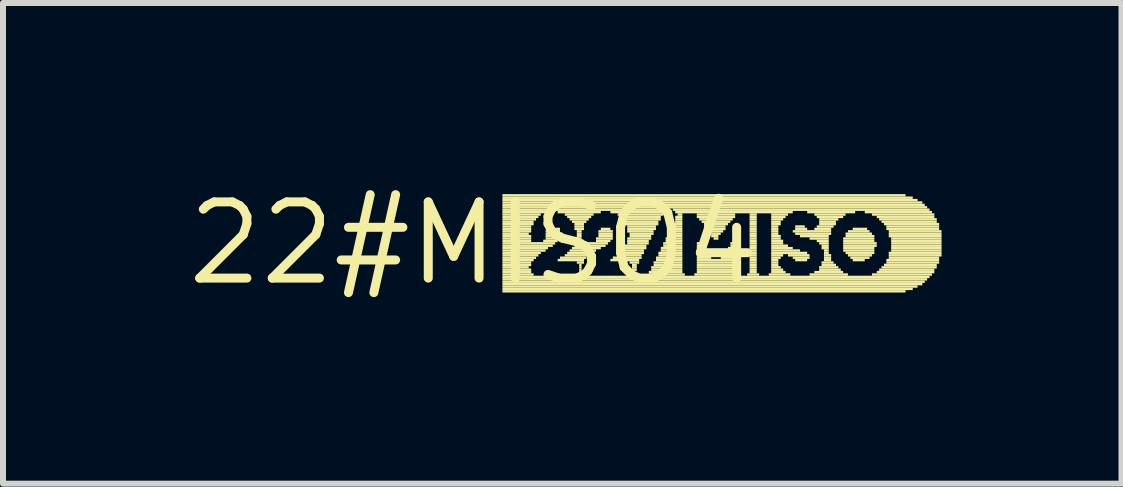
<source format=kicad_pcb>
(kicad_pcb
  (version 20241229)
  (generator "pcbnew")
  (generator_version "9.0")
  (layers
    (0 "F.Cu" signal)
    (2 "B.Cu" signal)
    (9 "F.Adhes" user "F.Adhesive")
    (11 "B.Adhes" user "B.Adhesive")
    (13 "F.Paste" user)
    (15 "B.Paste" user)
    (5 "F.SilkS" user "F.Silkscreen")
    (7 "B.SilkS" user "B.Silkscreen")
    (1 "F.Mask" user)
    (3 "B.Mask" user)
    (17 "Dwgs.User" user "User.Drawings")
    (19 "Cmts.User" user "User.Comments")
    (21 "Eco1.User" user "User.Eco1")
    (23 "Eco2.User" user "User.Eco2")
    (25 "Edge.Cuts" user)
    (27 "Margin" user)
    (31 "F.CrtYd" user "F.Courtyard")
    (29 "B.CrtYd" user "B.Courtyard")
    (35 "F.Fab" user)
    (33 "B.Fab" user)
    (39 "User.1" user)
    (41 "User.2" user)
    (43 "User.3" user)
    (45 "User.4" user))
  (footprint "22#MISO4"
    (layer "F.Cu")
    (at 4.845 1.006)
    (property "Reference" "22#MISO4" (at 0 0 0) (layer "F.SilkS") (effects (font (size 1.27 1.27) (thickness 0.15))))
    (fp_poly (pts (xy 0.48 -0.78) (xy 7.2 -0.78) (xy 7.2 -0.82) (xy 0.48 -0.82)) (stroke (width 0) (type default)) (fill yes) (layer "F.SilkS"))
    (fp_poly (pts (xy 0.48 -0.74) (xy 7.32 -0.74) (xy 7.32 -0.78) (xy 0.48 -0.78)) (stroke (width 0) (type default)) (fill yes) (layer "F.SilkS"))
    (fp_poly (pts (xy 0.48 -0.7) (xy 7.4 -0.7) (xy 7.4 -0.74) (xy 0.48 -0.74)) (stroke (width 0) (type default)) (fill yes) (layer "F.SilkS"))
    (fp_poly (pts (xy 0.48 -0.66) (xy 7.48 -0.66) (xy 7.48 -0.7) (xy 0.48 -0.7)) (stroke (width 0) (type default)) (fill yes) (layer "F.SilkS"))
    (fp_poly (pts (xy 0.48 -0.62) (xy 7.52 -0.62) (xy 7.52 -0.66) (xy 0.48 -0.66)) (stroke (width 0) (type default)) (fill yes) (layer "F.SilkS"))
    (fp_poly (pts (xy 0.48 -0.58) (xy 7.56 -0.58) (xy 7.56 -0.62) (xy 0.48 -0.62)) (stroke (width 0) (type default)) (fill yes) (layer "F.SilkS"))
    (fp_poly (pts (xy 0.48 -0.54) (xy 3.2 -0.54) (xy 3.2 -0.58) (xy 0.48 -0.58)) (stroke (width 0) (type default)) (fill yes) (layer "F.SilkS"))
    (fp_poly (pts (xy 0.48 -0.5) (xy 1.24 -0.5) (xy 1.24 -0.54) (xy 0.48 -0.54)) (stroke (width 0) (type default)) (fill yes) (layer "F.SilkS"))
    (fp_poly (pts (xy 0.48 -0.46) (xy 1.12 -0.46) (xy 1.12 -0.5) (xy 0.48 -0.5)) (stroke (width 0) (type default)) (fill yes) (layer "F.SilkS"))
    (fp_poly (pts (xy 0.48 -0.42) (xy 1.08 -0.42) (xy 1.08 -0.46) (xy 0.48 -0.46)) (stroke (width 0) (type default)) (fill yes) (layer "F.SilkS"))
    (fp_poly (pts (xy 0.48 -0.38) (xy 1.04 -0.38) (xy 1.04 -0.42) (xy 0.48 -0.42)) (stroke (width 0) (type default)) (fill yes) (layer "F.SilkS"))
    (fp_poly (pts (xy 0.48 -0.34) (xy 1 -0.34) (xy 1 -0.38) (xy 0.48 -0.38)) (stroke (width 0) (type default)) (fill yes) (layer "F.SilkS"))
    (fp_poly (pts (xy 0.48 -0.3) (xy 1 -0.3) (xy 1 -0.34) (xy 0.48 -0.34)) (stroke (width 0) (type default)) (fill yes) (layer "F.SilkS"))
    (fp_poly (pts (xy 0.48 -0.26) (xy 0.96 -0.26) (xy 0.96 -0.3) (xy 0.48 -0.3)) (stroke (width 0) (type default)) (fill yes) (layer "F.SilkS"))
    (fp_poly (pts (xy 0.48 -0.22) (xy 0.96 -0.22) (xy 0.96 -0.26) (xy 0.48 -0.26)) (stroke (width 0) (type default)) (fill yes) (layer "F.SilkS"))
    (fp_poly (pts (xy 0.48 -0.18) (xy 0.96 -0.18) (xy 0.96 -0.22) (xy 0.48 -0.22)) (stroke (width 0) (type default)) (fill yes) (layer "F.SilkS"))
    (fp_poly (pts (xy 0.48 -0.14) (xy 0.92 -0.14) (xy 0.92 -0.18) (xy 0.48 -0.18)) (stroke (width 0) (type default)) (fill yes) (layer "F.SilkS"))
    (fp_poly (pts (xy 0.48 -0.1) (xy 0.96 -0.1) (xy 0.96 -0.14) (xy 0.48 -0.14)) (stroke (width 0) (type default)) (fill yes) (layer "F.SilkS"))
    (fp_poly (pts (xy 0.48 -0.06) (xy 0.96 -0.06) (xy 0.96 -0.1) (xy 0.48 -0.1)) (stroke (width 0) (type default)) (fill yes) (layer "F.SilkS"))
    (fp_poly (pts (xy 0.48 -0.02) (xy 0.96 -0.02) (xy 0.96 -0.06) (xy 0.48 -0.06)) (stroke (width 0) (type default)) (fill yes) (layer "F.SilkS"))
    (fp_poly (pts (xy 0.48 0.02) (xy 1.36 0.02) (xy 1.36 -0.02) (xy 0.48 -0.02)) (stroke (width 0) (type default)) (fill yes) (layer "F.SilkS"))
    (fp_poly (pts (xy 0.48 0.06) (xy 1.32 0.06) (xy 1.32 0.02) (xy 0.48 0.02)) (stroke (width 0) (type default)) (fill yes) (layer "F.SilkS"))
    (fp_poly (pts (xy 0.48 0.1) (xy 1.24 0.1) (xy 1.24 0.06) (xy 0.48 0.06)) (stroke (width 0) (type default)) (fill yes) (layer "F.SilkS"))
    (fp_poly (pts (xy 0.48 0.14) (xy 1.2 0.14) (xy 1.2 0.1) (xy 0.48 0.1)) (stroke (width 0) (type default)) (fill yes) (layer "F.SilkS"))
    (fp_poly (pts (xy 0.48 0.18) (xy 1.12 0.18) (xy 1.12 0.14) (xy 0.48 0.14)) (stroke (width 0) (type default)) (fill yes) (layer "F.SilkS"))
    (fp_poly (pts (xy 0.48 0.22) (xy 1.08 0.22) (xy 1.08 0.18) (xy 0.48 0.18)) (stroke (width 0) (type default)) (fill yes) (layer "F.SilkS"))
    (fp_poly (pts (xy 0.48 0.26) (xy 1.04 0.26) (xy 1.04 0.22) (xy 0.48 0.22)) (stroke (width 0) (type default)) (fill yes) (layer "F.SilkS"))
    (fp_poly (pts (xy 0.48 0.3) (xy 1 0.3) (xy 1 0.26) (xy 0.48 0.26)) (stroke (width 0) (type default)) (fill yes) (layer "F.SilkS"))
    (fp_poly (pts (xy 0.48 0.34) (xy 0.96 0.34) (xy 0.96 0.3) (xy 0.48 0.3)) (stroke (width 0) (type default)) (fill yes) (layer "F.SilkS"))
    (fp_poly (pts (xy 0.48 0.38) (xy 0.96 0.38) (xy 0.96 0.34) (xy 0.48 0.34)) (stroke (width 0) (type default)) (fill yes) (layer "F.SilkS"))
    (fp_poly (pts (xy 0.48 0.42) (xy 0.92 0.42) (xy 0.92 0.38) (xy 0.48 0.38)) (stroke (width 0) (type default)) (fill yes) (layer "F.SilkS"))
    (fp_poly (pts (xy 0.48 0.46) (xy 0.96 0.46) (xy 0.96 0.42) (xy 0.48 0.42)) (stroke (width 0) (type default)) (fill yes) (layer "F.SilkS"))
    (fp_poly (pts (xy 0.48 0.5) (xy 0.96 0.5) (xy 0.96 0.46) (xy 0.48 0.46)) (stroke (width 0) (type default)) (fill yes) (layer "F.SilkS"))
    (fp_poly (pts (xy 0.48 0.54) (xy 1 0.54) (xy 1 0.5) (xy 0.48 0.5)) (stroke (width 0) (type default)) (fill yes) (layer "F.SilkS"))
    (fp_poly (pts (xy 0.48 0.58) (xy 2.68 0.58) (xy 2.68 0.54) (xy 0.48 0.54)) (stroke (width 0) (type default)) (fill yes) (layer "F.SilkS"))
    (fp_poly (pts (xy 0.48 0.62) (xy 2.76 0.62) (xy 2.76 0.58) (xy 0.48 0.58)) (stroke (width 0) (type default)) (fill yes) (layer "F.SilkS"))
    (fp_poly (pts (xy 0.48 0.66) (xy 7.52 0.66) (xy 7.52 0.62) (xy 0.48 0.62)) (stroke (width 0) (type default)) (fill yes) (layer "F.SilkS"))
    (fp_poly (pts (xy 0.48 0.7) (xy 7.48 0.7) (xy 7.48 0.66) (xy 0.48 0.66)) (stroke (width 0) (type default)) (fill yes) (layer "F.SilkS"))
    (fp_poly (pts (xy 0.48 0.74) (xy 7.4 0.74) (xy 7.4 0.7) (xy 0.48 0.7)) (stroke (width 0) (type default)) (fill yes) (layer "F.SilkS"))
    (fp_poly (pts (xy 0.48 0.78) (xy 7.32 0.78) (xy 7.32 0.74) (xy 0.48 0.74)) (stroke (width 0) (type default)) (fill yes) (layer "F.SilkS"))
    (fp_poly (pts (xy 0.48 0.82) (xy 7.2 0.82) (xy 7.2 0.78) (xy 0.48 0.78)) (stroke (width 0) (type default)) (fill yes) (layer "F.SilkS"))
    (fp_poly (pts (xy 1.16 -0.02) (xy 1.4 -0.02) (xy 1.4 -0.06) (xy 1.16 -0.06)) (stroke (width 0) (type default)) (fill yes) (layer "F.SilkS"))
    (fp_poly (pts (xy 1.2 -0.18) (xy 1.44 -0.18) (xy 1.44 -0.22) (xy 1.2 -0.22)) (stroke (width 0) (type default)) (fill yes) (layer "F.SilkS"))
    (fp_poly (pts (xy 1.2 -0.14) (xy 1.48 -0.14) (xy 1.48 -0.18) (xy 1.2 -0.18)) (stroke (width 0) (type default)) (fill yes) (layer "F.SilkS"))
    (fp_poly (pts (xy 1.2 -0.1) (xy 1.44 -0.1) (xy 1.44 -0.14) (xy 1.2 -0.14)) (stroke (width 0) (type default)) (fill yes) (layer "F.SilkS"))
    (fp_poly (pts (xy 1.2 -0.06) (xy 1.44 -0.06) (xy 1.44 -0.1) (xy 1.2 -0.1)) (stroke (width 0) (type default)) (fill yes) (layer "F.SilkS"))
    (fp_poly (pts (xy 1.24 -0.22) (xy 1.44 -0.22) (xy 1.44 -0.26) (xy 1.24 -0.26)) (stroke (width 0) (type default)) (fill yes) (layer "F.SilkS"))
    (fp_poly (pts (xy 1.4 -0.5) (xy 2.12 -0.5) (xy 2.12 -0.54) (xy 1.4 -0.54)) (stroke (width 0) (type default)) (fill yes) (layer "F.SilkS"))
    (fp_poly (pts (xy 1.4 0.3) (xy 1.84 0.3) (xy 1.84 0.26) (xy 1.4 0.26)) (stroke (width 0) (type default)) (fill yes) (layer "F.SilkS"))
    (fp_poly (pts (xy 1.44 0.26) (xy 1.88 0.26) (xy 1.88 0.22) (xy 1.44 0.22)) (stroke (width 0) (type default)) (fill yes) (layer "F.SilkS"))
    (fp_poly (pts (xy 1.52 -0.46) (xy 2 -0.46) (xy 2 -0.5) (xy 1.52 -0.5)) (stroke (width 0) (type default)) (fill yes) (layer "F.SilkS"))
    (fp_poly (pts (xy 1.52 0.22) (xy 1.92 0.22) (xy 1.92 0.18) (xy 1.52 0.18)) (stroke (width 0) (type default)) (fill yes) (layer "F.SilkS"))
    (fp_poly (pts (xy 1.56 -0.42) (xy 1.96 -0.42) (xy 1.96 -0.46) (xy 1.56 -0.46)) (stroke (width 0) (type default)) (fill yes) (layer "F.SilkS"))
    (fp_poly (pts (xy 1.56 0.18) (xy 2 0.18) (xy 2 0.14) (xy 1.56 0.14)) (stroke (width 0) (type default)) (fill yes) (layer "F.SilkS"))
    (fp_poly (pts (xy 1.6 -0.38) (xy 1.92 -0.38) (xy 1.92 -0.42) (xy 1.6 -0.42)) (stroke (width 0) (type default)) (fill yes) (layer "F.SilkS"))
    (fp_poly (pts (xy 1.6 0.14) (xy 2.04 0.14) (xy 2.04 0.1) (xy 1.6 0.1)) (stroke (width 0) (type default)) (fill yes) (layer "F.SilkS"))
    (fp_poly (pts (xy 1.64 -0.34) (xy 1.88 -0.34) (xy 1.88 -0.38) (xy 1.64 -0.38)) (stroke (width 0) (type default)) (fill yes) (layer "F.SilkS"))
    (fp_poly (pts (xy 1.64 0.1) (xy 2.12 0.1) (xy 2.12 0.06) (xy 1.64 0.06)) (stroke (width 0) (type default)) (fill yes) (layer "F.SilkS"))
    (fp_poly (pts (xy 1.68 -0.3) (xy 1.84 -0.3) (xy 1.84 -0.34) (xy 1.68 -0.34)) (stroke (width 0) (type default)) (fill yes) (layer "F.SilkS"))
    (fp_poly (pts (xy 1.68 -0.26) (xy 1.84 -0.26) (xy 1.84 -0.3) (xy 1.68 -0.3)) (stroke (width 0) (type default)) (fill yes) (layer "F.SilkS"))
    (fp_poly (pts (xy 1.68 -0.22) (xy 1.84 -0.22) (xy 1.84 -0.26) (xy 1.68 -0.26)) (stroke (width 0) (type default)) (fill yes) (layer "F.SilkS"))
    (fp_poly (pts (xy 1.68 -0.02) (xy 1.84 -0.02) (xy 1.84 -0.06) (xy 1.68 -0.06)) (stroke (width 0) (type default)) (fill yes) (layer "F.SilkS"))
    (fp_poly (pts (xy 1.68 0.02) (xy 2.24 0.02) (xy 2.24 -0.02) (xy 1.68 -0.02)) (stroke (width 0) (type default)) (fill yes) (layer "F.SilkS"))
    (fp_poly (pts (xy 1.68 0.06) (xy 2.2 0.06) (xy 2.2 0.02) (xy 1.68 0.02)) (stroke (width 0) (type default)) (fill yes) (layer "F.SilkS"))
    (fp_poly (pts (xy 1.72 -0.18) (xy 1.8 -0.18) (xy 1.8 -0.22) (xy 1.72 -0.22)) (stroke (width 0) (type default)) (fill yes) (layer "F.SilkS"))
    (fp_poly (pts (xy 1.72 -0.14) (xy 1.8 -0.14) (xy 1.8 -0.18) (xy 1.72 -0.18)) (stroke (width 0) (type default)) (fill yes) (layer "F.SilkS"))
    (fp_poly (pts (xy 1.72 -0.1) (xy 1.8 -0.1) (xy 1.8 -0.14) (xy 1.72 -0.14)) (stroke (width 0) (type default)) (fill yes) (layer "F.SilkS"))
    (fp_poly (pts (xy 1.72 -0.06) (xy 1.8 -0.06) (xy 1.8 -0.1) (xy 1.72 -0.1)) (stroke (width 0) (type default)) (fill yes) (layer "F.SilkS"))
    (fp_poly (pts (xy 1.72 0.34) (xy 1.84 0.34) (xy 1.84 0.3) (xy 1.72 0.3)) (stroke (width 0) (type default)) (fill yes) (layer "F.SilkS"))
    (fp_poly (pts (xy 1.72 0.54) (xy 1.88 0.54) (xy 1.88 0.5) (xy 1.72 0.5)) (stroke (width 0) (type default)) (fill yes) (layer "F.SilkS"))
    (fp_poly (pts (xy 1.76 0.38) (xy 1.8 0.38) (xy 1.8 0.34) (xy 1.76 0.34)) (stroke (width 0) (type default)) (fill yes) (layer "F.SilkS"))
    (fp_poly (pts (xy 1.76 0.42) (xy 1.8 0.42) (xy 1.8 0.38) (xy 1.76 0.38)) (stroke (width 0) (type default)) (fill yes) (layer "F.SilkS"))
    (fp_poly (pts (xy 1.76 0.46) (xy 1.8 0.46) (xy 1.8 0.42) (xy 1.76 0.42)) (stroke (width 0) (type default)) (fill yes) (layer "F.SilkS"))
    (fp_poly (pts (xy 1.76 0.5) (xy 1.84 0.5) (xy 1.84 0.46) (xy 1.76 0.46)) (stroke (width 0) (type default)) (fill yes) (layer "F.SilkS"))
    (fp_poly (pts (xy 2.04 -0.06) (xy 2.32 -0.06) (xy 2.32 -0.1) (xy 2.04 -0.1)) (stroke (width 0) (type default)) (fill yes) (layer "F.SilkS"))
    (fp_poly (pts (xy 2.04 -0.02) (xy 2.28 -0.02) (xy 2.28 -0.06) (xy 2.04 -0.06)) (stroke (width 0) (type default)) (fill yes) (layer "F.SilkS"))
    (fp_poly (pts (xy 2.08 -0.18) (xy 2.32 -0.18) (xy 2.32 -0.22) (xy 2.08 -0.22)) (stroke (width 0) (type default)) (fill yes) (layer "F.SilkS"))
    (fp_poly (pts (xy 2.08 -0.14) (xy 2.32 -0.14) (xy 2.32 -0.18) (xy 2.08 -0.18)) (stroke (width 0) (type default)) (fill yes) (layer "F.SilkS"))
    (fp_poly (pts (xy 2.08 -0.1) (xy 2.32 -0.1) (xy 2.32 -0.14) (xy 2.08 -0.14)) (stroke (width 0) (type default)) (fill yes) (layer "F.SilkS"))
    (fp_poly (pts (xy 2.12 -0.22) (xy 2.28 -0.22) (xy 2.28 -0.26) (xy 2.12 -0.26)) (stroke (width 0) (type default)) (fill yes) (layer "F.SilkS"))
    (fp_poly (pts (xy 2.28 -0.5) (xy 3.16 -0.5) (xy 3.16 -0.54) (xy 2.28 -0.54)) (stroke (width 0) (type default)) (fill yes) (layer "F.SilkS"))
    (fp_poly (pts (xy 2.28 0.3) (xy 2.76 0.3) (xy 2.76 0.26) (xy 2.28 0.26)) (stroke (width 0) (type default)) (fill yes) (layer "F.SilkS"))
    (fp_poly (pts (xy 2.32 0.26) (xy 2.8 0.26) (xy 2.8 0.22) (xy 2.32 0.22)) (stroke (width 0) (type default)) (fill yes) (layer "F.SilkS"))
    (fp_poly (pts (xy 2.4 -0.46) (xy 3.16 -0.46) (xy 3.16 -0.5) (xy 2.4 -0.5)) (stroke (width 0) (type default)) (fill yes) (layer "F.SilkS"))
    (fp_poly (pts (xy 2.4 0.22) (xy 2.8 0.22) (xy 2.8 0.18) (xy 2.4 0.18)) (stroke (width 0) (type default)) (fill yes) (layer "F.SilkS"))
    (fp_poly (pts (xy 2.44 -0.42) (xy 3.12 -0.42) (xy 3.12 -0.46) (xy 2.44 -0.46)) (stroke (width 0) (type default)) (fill yes) (layer "F.SilkS"))
    (fp_poly (pts (xy 2.44 0.18) (xy 2.84 0.18) (xy 2.84 0.14) (xy 2.44 0.14)) (stroke (width 0) (type default)) (fill yes) (layer "F.SilkS"))
    (fp_poly (pts (xy 2.48 -0.38) (xy 3.12 -0.38) (xy 3.12 -0.42) (xy 2.48 -0.42)) (stroke (width 0) (type default)) (fill yes) (layer "F.SilkS"))
    (fp_poly (pts (xy 2.48 0.14) (xy 2.84 0.14) (xy 2.84 0.1) (xy 2.48 0.1)) (stroke (width 0) (type default)) (fill yes) (layer "F.SilkS"))
    (fp_poly (pts (xy 2.52 -0.34) (xy 3.08 -0.34) (xy 3.08 -0.38) (xy 2.52 -0.38)) (stroke (width 0) (type default)) (fill yes) (layer "F.SilkS"))
    (fp_poly (pts (xy 2.52 -0.3) (xy 3.08 -0.3) (xy 3.08 -0.34) (xy 2.52 -0.34)) (stroke (width 0) (type default)) (fill yes) (layer "F.SilkS"))
    (fp_poly (pts (xy 2.52 0.06) (xy 2.88 0.06) (xy 2.88 0.02) (xy 2.52 0.02)) (stroke (width 0) (type default)) (fill yes) (layer "F.SilkS"))
    (fp_poly (pts (xy 2.52 0.1) (xy 2.88 0.1) (xy 2.88 0.06) (xy 2.52 0.06)) (stroke (width 0) (type default)) (fill yes) (layer "F.SilkS"))
    (fp_poly (pts (xy 2.56 -0.26) (xy 3.04 -0.26) (xy 3.04 -0.3) (xy 2.56 -0.3)) (stroke (width 0) (type default)) (fill yes) (layer "F.SilkS"))
    (fp_poly (pts (xy 2.56 -0.22) (xy 3.04 -0.22) (xy 3.04 -0.26) (xy 2.56 -0.26)) (stroke (width 0) (type default)) (fill yes) (layer "F.SilkS"))
    (fp_poly (pts (xy 2.56 -0.18) (xy 3 -0.18) (xy 3 -0.22) (xy 2.56 -0.22)) (stroke (width 0) (type default)) (fill yes) (layer "F.SilkS"))
    (fp_poly (pts (xy 2.56 -0.06) (xy 2.96 -0.06) (xy 2.96 -0.1) (xy 2.56 -0.1)) (stroke (width 0) (type default)) (fill yes) (layer "F.SilkS"))
    (fp_poly (pts (xy 2.56 -0.02) (xy 2.92 -0.02) (xy 2.92 -0.06) (xy 2.56 -0.06)) (stroke (width 0) (type default)) (fill yes) (layer "F.SilkS"))
    (fp_poly (pts (xy 2.56 0.02) (xy 2.92 0.02) (xy 2.92 -0.02) (xy 2.56 -0.02)) (stroke (width 0) (type default)) (fill yes) (layer "F.SilkS"))
    (fp_poly (pts (xy 2.6 -0.14) (xy 3 -0.14) (xy 3 -0.18) (xy 2.6 -0.18)) (stroke (width 0) (type default)) (fill yes) (layer "F.SilkS"))
    (fp_poly (pts (xy 2.6 -0.1) (xy 2.96 -0.1) (xy 2.96 -0.14) (xy 2.6 -0.14)) (stroke (width 0) (type default)) (fill yes) (layer "F.SilkS"))
    (fp_poly (pts (xy 2.6 0.34) (xy 2.76 0.34) (xy 2.76 0.3) (xy 2.6 0.3)) (stroke (width 0) (type default)) (fill yes) (layer "F.SilkS"))
    (fp_poly (pts (xy 2.6 0.5) (xy 2.68 0.5) (xy 2.68 0.46) (xy 2.6 0.46)) (stroke (width 0) (type default)) (fill yes) (layer "F.SilkS"))
    (fp_poly (pts (xy 2.6 0.54) (xy 2.68 0.54) (xy 2.68 0.5) (xy 2.6 0.5)) (stroke (width 0) (type default)) (fill yes) (layer "F.SilkS"))
    (fp_poly (pts (xy 2.64 0.38) (xy 2.72 0.38) (xy 2.72 0.34) (xy 2.64 0.34)) (stroke (width 0) (type default)) (fill yes) (layer "F.SilkS"))
    (fp_poly (pts (xy 2.64 0.42) (xy 2.72 0.42) (xy 2.72 0.38) (xy 2.64 0.38)) (stroke (width 0) (type default)) (fill yes) (layer "F.SilkS"))
    (fp_poly (pts (xy 2.64 0.46) (xy 2.72 0.46) (xy 2.72 0.42) (xy 2.64 0.42)) (stroke (width 0) (type default)) (fill yes) (layer "F.SilkS"))
    (fp_poly (pts (xy 2.88 0.58) (xy 7.6 0.58) (xy 7.6 0.54) (xy 2.88 0.54)) (stroke (width 0) (type default)) (fill yes) (layer "F.SilkS"))
    (fp_poly (pts (xy 2.88 0.62) (xy 7.56 0.62) (xy 7.56 0.58) (xy 2.88 0.58)) (stroke (width 0) (type default)) (fill yes) (layer "F.SilkS"))
    (fp_poly (pts (xy 2.92 0.5) (xy 3.48 0.5) (xy 3.48 0.46) (xy 2.92 0.46)) (stroke (width 0) (type default)) (fill yes) (layer "F.SilkS"))
    (fp_poly (pts (xy 2.92 0.54) (xy 3.52 0.54) (xy 3.52 0.5) (xy 2.92 0.5)) (stroke (width 0) (type default)) (fill yes) (layer "F.SilkS"))
    (fp_poly (pts (xy 2.96 0.42) (xy 3.48 0.42) (xy 3.48 0.38) (xy 2.96 0.38)) (stroke (width 0) (type default)) (fill yes) (layer "F.SilkS"))
    (fp_poly (pts (xy 2.96 0.46) (xy 3.48 0.46) (xy 3.48 0.42) (xy 2.96 0.42)) (stroke (width 0) (type default)) (fill yes) (layer "F.SilkS"))
    (fp_poly (pts (xy 3 0.34) (xy 3.48 0.34) (xy 3.48 0.3) (xy 3 0.3)) (stroke (width 0) (type default)) (fill yes) (layer "F.SilkS"))
    (fp_poly (pts (xy 3 0.38) (xy 3.48 0.38) (xy 3.48 0.34) (xy 3 0.34)) (stroke (width 0) (type default)) (fill yes) (layer "F.SilkS"))
    (fp_poly (pts (xy 3.04 0.26) (xy 3.48 0.26) (xy 3.48 0.22) (xy 3.04 0.22)) (stroke (width 0) (type default)) (fill yes) (layer "F.SilkS"))
    (fp_poly (pts (xy 3.04 0.3) (xy 3.48 0.3) (xy 3.48 0.26) (xy 3.04 0.26)) (stroke (width 0) (type default)) (fill yes) (layer "F.SilkS"))
    (fp_poly (pts (xy 3.08 0.18) (xy 3.48 0.18) (xy 3.48 0.14) (xy 3.08 0.14)) (stroke (width 0) (type default)) (fill yes) (layer "F.SilkS"))
    (fp_poly (pts (xy 3.08 0.22) (xy 3.48 0.22) (xy 3.48 0.18) (xy 3.08 0.18)) (stroke (width 0) (type default)) (fill yes) (layer "F.SilkS"))
    (fp_poly (pts (xy 3.12 0.1) (xy 3.48 0.1) (xy 3.48 0.06) (xy 3.12 0.06)) (stroke (width 0) (type default)) (fill yes) (layer "F.SilkS"))
    (fp_poly (pts (xy 3.12 0.14) (xy 3.48 0.14) (xy 3.48 0.1) (xy 3.12 0.1)) (stroke (width 0) (type default)) (fill yes) (layer "F.SilkS"))
    (fp_poly (pts (xy 3.16 0.02) (xy 3.48 0.02) (xy 3.48 -0.02) (xy 3.16 -0.02)) (stroke (width 0) (type default)) (fill yes) (layer "F.SilkS"))
    (fp_poly (pts (xy 3.16 0.06) (xy 3.48 0.06) (xy 3.48 0.02) (xy 3.16 0.02)) (stroke (width 0) (type default)) (fill yes) (layer "F.SilkS"))
    (fp_poly (pts (xy 3.2 -0.06) (xy 3.48 -0.06) (xy 3.48 -0.1) (xy 3.2 -0.1)) (stroke (width 0) (type default)) (fill yes) (layer "F.SilkS"))
    (fp_poly (pts (xy 3.2 -0.02) (xy 3.48 -0.02) (xy 3.48 -0.06) (xy 3.2 -0.06)) (stroke (width 0) (type default)) (fill yes) (layer "F.SilkS"))
    (fp_poly (pts (xy 3.24 -0.14) (xy 3.48 -0.14) (xy 3.48 -0.18) (xy 3.24 -0.18)) (stroke (width 0) (type default)) (fill yes) (layer "F.SilkS"))
    (fp_poly (pts (xy 3.24 -0.1) (xy 3.48 -0.1) (xy 3.48 -0.14) (xy 3.24 -0.14)) (stroke (width 0) (type default)) (fill yes) (layer "F.SilkS"))
    (fp_poly (pts (xy 3.28 -0.22) (xy 3.48 -0.22) (xy 3.48 -0.26) (xy 3.28 -0.26)) (stroke (width 0) (type default)) (fill yes) (layer "F.SilkS"))
    (fp_poly (pts (xy 3.28 -0.18) (xy 3.48 -0.18) (xy 3.48 -0.22) (xy 3.28 -0.22)) (stroke (width 0) (type default)) (fill yes) (layer "F.SilkS"))
    (fp_poly (pts (xy 3.32 -0.54) (xy 7.6 -0.54) (xy 7.6 -0.58) (xy 3.32 -0.58)) (stroke (width 0) (type default)) (fill yes) (layer "F.SilkS"))
    (fp_poly (pts (xy 3.32 -0.3) (xy 3.48 -0.3) (xy 3.48 -0.34) (xy 3.32 -0.34)) (stroke (width 0) (type default)) (fill yes) (layer "F.SilkS"))
    (fp_poly (pts (xy 3.32 -0.26) (xy 3.48 -0.26) (xy 3.48 -0.3) (xy 3.32 -0.3)) (stroke (width 0) (type default)) (fill yes) (layer "F.SilkS"))
    (fp_poly (pts (xy 3.36 -0.5) (xy 5.32 -0.5) (xy 5.32 -0.54) (xy 3.36 -0.54)) (stroke (width 0) (type default)) (fill yes) (layer "F.SilkS"))
    (fp_poly (pts (xy 3.36 -0.42) (xy 3.48 -0.42) (xy 3.48 -0.46) (xy 3.36 -0.46)) (stroke (width 0) (type default)) (fill yes) (layer "F.SilkS"))
    (fp_poly (pts (xy 3.36 -0.38) (xy 3.48 -0.38) (xy 3.48 -0.42) (xy 3.36 -0.42)) (stroke (width 0) (type default)) (fill yes) (layer "F.SilkS"))
    (fp_poly (pts (xy 3.36 -0.34) (xy 3.48 -0.34) (xy 3.48 -0.38) (xy 3.36 -0.38)) (stroke (width 0) (type default)) (fill yes) (layer "F.SilkS"))
    (fp_poly (pts (xy 3.4 -0.46) (xy 3.48 -0.46) (xy 3.48 -0.5) (xy 3.4 -0.5)) (stroke (width 0) (type default)) (fill yes) (layer "F.SilkS"))
    (fp_poly (pts (xy 3.68 0.54) (xy 4.4 0.54) (xy 4.4 0.5) (xy 3.68 0.5)) (stroke (width 0) (type default)) (fill yes) (layer "F.SilkS"))
    (fp_poly (pts (xy 3.72 -0.46) (xy 4.36 -0.46) (xy 4.36 -0.5) (xy 3.72 -0.5)) (stroke (width 0) (type default)) (fill yes) (layer "F.SilkS"))
    (fp_poly (pts (xy 3.72 -0.42) (xy 4.36 -0.42) (xy 4.36 -0.46) (xy 3.72 -0.46)) (stroke (width 0) (type default)) (fill yes) (layer "F.SilkS"))
    (fp_poly (pts (xy 3.72 0.02) (xy 3.8 0.02) (xy 3.8 -0.02) (xy 3.72 -0.02)) (stroke (width 0) (type default)) (fill yes) (layer "F.SilkS"))
    (fp_poly (pts (xy 3.72 0.06) (xy 3.8 0.06) (xy 3.8 0.02) (xy 3.72 0.02)) (stroke (width 0) (type default)) (fill yes) (layer "F.SilkS"))
    (fp_poly (pts (xy 3.72 0.1) (xy 3.84 0.1) (xy 3.84 0.06) (xy 3.72 0.06)) (stroke (width 0) (type default)) (fill yes) (layer "F.SilkS"))
    (fp_poly (pts (xy 3.72 0.14) (xy 3.88 0.14) (xy 3.88 0.1) (xy 3.72 0.1)) (stroke (width 0) (type default)) (fill yes) (layer "F.SilkS"))
    (fp_poly (pts (xy 3.72 0.18) (xy 3.88 0.18) (xy 3.88 0.14) (xy 3.72 0.14)) (stroke (width 0) (type default)) (fill yes) (layer "F.SilkS"))
    (fp_poly (pts (xy 3.72 0.22) (xy 3.92 0.22) (xy 3.92 0.18) (xy 3.72 0.18)) (stroke (width 0) (type default)) (fill yes) (layer "F.SilkS"))
    (fp_poly (pts (xy 3.72 0.26) (xy 3.96 0.26) (xy 3.96 0.22) (xy 3.72 0.22)) (stroke (width 0) (type default)) (fill yes) (layer "F.SilkS"))
    (fp_poly (pts (xy 3.72 0.3) (xy 4.36 0.3) (xy 4.36 0.26) (xy 3.72 0.26)) (stroke (width 0) (type default)) (fill yes) (layer "F.SilkS"))
    (fp_poly (pts (xy 3.72 0.34) (xy 4.36 0.34) (xy 4.36 0.3) (xy 3.72 0.3)) (stroke (width 0) (type default)) (fill yes) (layer "F.SilkS"))
    (fp_poly (pts (xy 3.72 0.38) (xy 4.36 0.38) (xy 4.36 0.34) (xy 3.72 0.34)) (stroke (width 0) (type default)) (fill yes) (layer "F.SilkS"))
    (fp_poly (pts (xy 3.72 0.42) (xy 4.36 0.42) (xy 4.36 0.38) (xy 3.72 0.38)) (stroke (width 0) (type default)) (fill yes) (layer "F.SilkS"))
    (fp_poly (pts (xy 3.72 0.46) (xy 4.36 0.46) (xy 4.36 0.42) (xy 3.72 0.42)) (stroke (width 0) (type default)) (fill yes) (layer "F.SilkS"))
    (fp_poly (pts (xy 3.72 0.5) (xy 4.36 0.5) (xy 4.36 0.46) (xy 3.72 0.46)) (stroke (width 0) (type default)) (fill yes) (layer "F.SilkS"))
    (fp_poly (pts (xy 3.76 -0.38) (xy 4.32 -0.38) (xy 4.32 -0.42) (xy 3.76 -0.42)) (stroke (width 0) (type default)) (fill yes) (layer "F.SilkS"))
    (fp_poly (pts (xy 3.8 -0.34) (xy 4.28 -0.34) (xy 4.28 -0.38) (xy 3.8 -0.38)) (stroke (width 0) (type default)) (fill yes) (layer "F.SilkS"))
    (fp_poly (pts (xy 3.84 -0.3) (xy 4.24 -0.3) (xy 4.24 -0.34) (xy 3.84 -0.34)) (stroke (width 0) (type default)) (fill yes) (layer "F.SilkS"))
    (fp_poly (pts (xy 3.84 -0.26) (xy 4.2 -0.26) (xy 4.2 -0.3) (xy 3.84 -0.3)) (stroke (width 0) (type default)) (fill yes) (layer "F.SilkS"))
    (fp_poly (pts (xy 3.88 -0.22) (xy 4.2 -0.22) (xy 4.2 -0.26) (xy 3.88 -0.26)) (stroke (width 0) (type default)) (fill yes) (layer "F.SilkS"))
    (fp_poly (pts (xy 3.92 -0.18) (xy 4.16 -0.18) (xy 4.16 -0.22) (xy 3.92 -0.22)) (stroke (width 0) (type default)) (fill yes) (layer "F.SilkS"))
    (fp_poly (pts (xy 3.96 -0.14) (xy 4.12 -0.14) (xy 4.12 -0.18) (xy 3.96 -0.18)) (stroke (width 0) (type default)) (fill yes) (layer "F.SilkS"))
    (fp_poly (pts (xy 3.96 -0.1) (xy 4.08 -0.1) (xy 4.08 -0.14) (xy 3.96 -0.14)) (stroke (width 0) (type default)) (fill yes) (layer "F.SilkS"))
    (fp_poly (pts (xy 4 -0.06) (xy 4.08 -0.06) (xy 4.08 -0.1) (xy 4 -0.1)) (stroke (width 0) (type default)) (fill yes) (layer "F.SilkS"))
    (fp_poly (pts (xy 4.12 0.26) (xy 4.36 0.26) (xy 4.36 0.22) (xy 4.12 0.22)) (stroke (width 0) (type default)) (fill yes) (layer "F.SilkS"))
    (fp_poly (pts (xy 4.16 0.22) (xy 4.36 0.22) (xy 4.36 0.18) (xy 4.16 0.18)) (stroke (width 0) (type default)) (fill yes) (layer "F.SilkS"))
    (fp_poly (pts (xy 4.2 0.14) (xy 4.36 0.14) (xy 4.36 0.1) (xy 4.2 0.1)) (stroke (width 0) (type default)) (fill yes) (layer "F.SilkS"))
    (fp_poly (pts (xy 4.2 0.18) (xy 4.36 0.18) (xy 4.36 0.14) (xy 4.2 0.14)) (stroke (width 0) (type default)) (fill yes) (layer "F.SilkS"))
    (fp_poly (pts (xy 4.24 0.1) (xy 4.36 0.1) (xy 4.36 0.06) (xy 4.24 0.06)) (stroke (width 0) (type default)) (fill yes) (layer "F.SilkS"))
    (fp_poly (pts (xy 4.28 0.02) (xy 4.36 0.02) (xy 4.36 -0.02) (xy 4.28 -0.02)) (stroke (width 0) (type default)) (fill yes) (layer "F.SilkS"))
    (fp_poly (pts (xy 4.28 0.06) (xy 4.36 0.06) (xy 4.36 0.02) (xy 4.28 0.02)) (stroke (width 0) (type default)) (fill yes) (layer "F.SilkS"))
    (fp_poly (pts (xy 4.32 -0.02) (xy 4.36 -0.02) (xy 4.36 -0.06) (xy 4.32 -0.06)) (stroke (width 0) (type default)) (fill yes) (layer "F.SilkS"))
    (fp_poly (pts (xy 4.56 0.54) (xy 4.76 0.54) (xy 4.76 0.5) (xy 4.56 0.5)) (stroke (width 0) (type default)) (fill yes) (layer "F.SilkS"))
    (fp_poly (pts (xy 4.6 -0.46) (xy 4.72 -0.46) (xy 4.72 -0.5) (xy 4.6 -0.5)) (stroke (width 0) (type default)) (fill yes) (layer "F.SilkS"))
    (fp_poly (pts (xy 4.6 -0.42) (xy 4.72 -0.42) (xy 4.72 -0.46) (xy 4.6 -0.46)) (stroke (width 0) (type default)) (fill yes) (layer "F.SilkS"))
    (fp_poly (pts (xy 4.6 -0.38) (xy 4.72 -0.38) (xy 4.72 -0.42) (xy 4.6 -0.42)) (stroke (width 0) (type default)) (fill yes) (layer "F.SilkS"))
    (fp_poly (pts (xy 4.6 -0.34) (xy 4.72 -0.34) (xy 4.72 -0.38) (xy 4.6 -0.38)) (stroke (width 0) (type default)) (fill yes) (layer "F.SilkS"))
    (fp_poly (pts (xy 4.6 -0.3) (xy 4.72 -0.3) (xy 4.72 -0.34) (xy 4.6 -0.34)) (stroke (width 0) (type default)) (fill yes) (layer "F.SilkS"))
    (fp_poly (pts (xy 4.6 -0.26) (xy 4.72 -0.26) (xy 4.72 -0.3) (xy 4.6 -0.3)) (stroke (width 0) (type default)) (fill yes) (layer "F.SilkS"))
    (fp_poly (pts (xy 4.6 -0.22) (xy 4.72 -0.22) (xy 4.72 -0.26) (xy 4.6 -0.26)) (stroke (width 0) (type default)) (fill yes) (layer "F.SilkS"))
    (fp_poly (pts (xy 4.6 -0.18) (xy 4.72 -0.18) (xy 4.72 -0.22) (xy 4.6 -0.22)) (stroke (width 0) (type default)) (fill yes) (layer "F.SilkS"))
    (fp_poly (pts (xy 4.6 -0.14) (xy 4.72 -0.14) (xy 4.72 -0.18) (xy 4.6 -0.18)) (stroke (width 0) (type default)) (fill yes) (layer "F.SilkS"))
    (fp_poly (pts (xy 4.6 -0.1) (xy 4.72 -0.1) (xy 4.72 -0.14) (xy 4.6 -0.14)) (stroke (width 0) (type default)) (fill yes) (layer "F.SilkS"))
    (fp_poly (pts (xy 4.6 -0.06) (xy 4.72 -0.06) (xy 4.72 -0.1) (xy 4.6 -0.1)) (stroke (width 0) (type default)) (fill yes) (layer "F.SilkS"))
    (fp_poly (pts (xy 4.6 -0.02) (xy 4.72 -0.02) (xy 4.72 -0.06) (xy 4.6 -0.06)) (stroke (width 0) (type default)) (fill yes) (layer "F.SilkS"))
    (fp_poly (pts (xy 4.6 0.02) (xy 4.72 0.02) (xy 4.72 -0.02) (xy 4.6 -0.02)) (stroke (width 0) (type default)) (fill yes) (layer "F.SilkS"))
    (fp_poly (pts (xy 4.6 0.06) (xy 4.72 0.06) (xy 4.72 0.02) (xy 4.6 0.02)) (stroke (width 0) (type default)) (fill yes) (layer "F.SilkS"))
    (fp_poly (pts (xy 4.6 0.1) (xy 4.72 0.1) (xy 4.72 0.06) (xy 4.6 0.06)) (stroke (width 0) (type default)) (fill yes) (layer "F.SilkS"))
    (fp_poly (pts (xy 4.6 0.14) (xy 4.72 0.14) (xy 4.72 0.1) (xy 4.6 0.1)) (stroke (width 0) (type default)) (fill yes) (layer "F.SilkS"))
    (fp_poly (pts (xy 4.6 0.18) (xy 4.72 0.18) (xy 4.72 0.14) (xy 4.6 0.14)) (stroke (width 0) (type default)) (fill yes) (layer "F.SilkS"))
    (fp_poly (pts (xy 4.6 0.22) (xy 4.72 0.22) (xy 4.72 0.18) (xy 4.6 0.18)) (stroke (width 0) (type default)) (fill yes) (layer "F.SilkS"))
    (fp_poly (pts (xy 4.6 0.26) (xy 4.72 0.26) (xy 4.72 0.22) (xy 4.6 0.22)) (stroke (width 0) (type default)) (fill yes) (layer "F.SilkS"))
    (fp_poly (pts (xy 4.6 0.3) (xy 4.72 0.3) (xy 4.72 0.26) (xy 4.6 0.26)) (stroke (width 0) (type default)) (fill yes) (layer "F.SilkS"))
    (fp_poly (pts (xy 4.6 0.34) (xy 4.72 0.34) (xy 4.72 0.3) (xy 4.6 0.3)) (stroke (width 0) (type default)) (fill yes) (layer "F.SilkS"))
    (fp_poly (pts (xy 4.6 0.38) (xy 4.72 0.38) (xy 4.72 0.34) (xy 4.6 0.34)) (stroke (width 0) (type default)) (fill yes) (layer "F.SilkS"))
    (fp_poly (pts (xy 4.6 0.42) (xy 4.72 0.42) (xy 4.72 0.38) (xy 4.6 0.38)) (stroke (width 0) (type default)) (fill yes) (layer "F.SilkS"))
    (fp_poly (pts (xy 4.6 0.46) (xy 4.72 0.46) (xy 4.72 0.42) (xy 4.6 0.42)) (stroke (width 0) (type default)) (fill yes) (layer "F.SilkS"))
    (fp_poly (pts (xy 4.6 0.5) (xy 4.72 0.5) (xy 4.72 0.46) (xy 4.6 0.46)) (stroke (width 0) (type default)) (fill yes) (layer "F.SilkS"))
    (fp_poly (pts (xy 4.92 0.54) (xy 5.28 0.54) (xy 5.28 0.5) (xy 4.92 0.5)) (stroke (width 0) (type default)) (fill yes) (layer "F.SilkS"))
    (fp_poly (pts (xy 4.96 -0.46) (xy 5.24 -0.46) (xy 5.24 -0.5) (xy 4.96 -0.5)) (stroke (width 0) (type default)) (fill yes) (layer "F.SilkS"))
    (fp_poly (pts (xy 4.96 -0.42) (xy 5.2 -0.42) (xy 5.2 -0.46) (xy 4.96 -0.46)) (stroke (width 0) (type default)) (fill yes) (layer "F.SilkS"))
    (fp_poly (pts (xy 4.96 -0.38) (xy 5.16 -0.38) (xy 5.16 -0.42) (xy 4.96 -0.42)) (stroke (width 0) (type default)) (fill yes) (layer "F.SilkS"))
    (fp_poly (pts (xy 4.96 -0.34) (xy 5.12 -0.34) (xy 5.12 -0.38) (xy 4.96 -0.38)) (stroke (width 0) (type default)) (fill yes) (layer "F.SilkS"))
    (fp_poly (pts (xy 4.96 -0.3) (xy 5.12 -0.3) (xy 5.12 -0.34) (xy 4.96 -0.34)) (stroke (width 0) (type default)) (fill yes) (layer "F.SilkS"))
    (fp_poly (pts (xy 4.96 -0.26) (xy 5.08 -0.26) (xy 5.08 -0.3) (xy 4.96 -0.3)) (stroke (width 0) (type default)) (fill yes) (layer "F.SilkS"))
    (fp_poly (pts (xy 4.96 -0.22) (xy 5.08 -0.22) (xy 5.08 -0.26) (xy 4.96 -0.26)) (stroke (width 0) (type default)) (fill yes) (layer "F.SilkS"))
    (fp_poly (pts (xy 4.96 -0.18) (xy 5.08 -0.18) (xy 5.08 -0.22) (xy 4.96 -0.22)) (stroke (width 0) (type default)) (fill yes) (layer "F.SilkS"))
    (fp_poly (pts (xy 4.96 -0.14) (xy 5.08 -0.14) (xy 5.08 -0.18) (xy 4.96 -0.18)) (stroke (width 0) (type default)) (fill yes) (layer "F.SilkS"))
    (fp_poly (pts (xy 4.96 -0.1) (xy 5.12 -0.1) (xy 5.12 -0.14) (xy 4.96 -0.14)) (stroke (width 0) (type default)) (fill yes) (layer "F.SilkS"))
    (fp_poly (pts (xy 4.96 -0.06) (xy 5.12 -0.06) (xy 5.12 -0.1) (xy 4.96 -0.1)) (stroke (width 0) (type default)) (fill yes) (layer "F.SilkS"))
    (fp_poly (pts (xy 4.96 -0.02) (xy 5.16 -0.02) (xy 5.16 -0.06) (xy 4.96 -0.06)) (stroke (width 0) (type default)) (fill yes) (layer "F.SilkS"))
    (fp_poly (pts (xy 4.96 0.02) (xy 5.16 0.02) (xy 5.16 -0.02) (xy 4.96 -0.02)) (stroke (width 0) (type default)) (fill yes) (layer "F.SilkS"))
    (fp_poly (pts (xy 4.96 0.06) (xy 5.24 0.06) (xy 5.24 0.02) (xy 4.96 0.02)) (stroke (width 0) (type default)) (fill yes) (layer "F.SilkS"))
    (fp_poly (pts (xy 4.96 0.1) (xy 5.32 0.1) (xy 5.32 0.06) (xy 4.96 0.06)) (stroke (width 0) (type default)) (fill yes) (layer "F.SilkS"))
    (fp_poly (pts (xy 4.96 0.14) (xy 5.44 0.14) (xy 5.44 0.1) (xy 4.96 0.1)) (stroke (width 0) (type default)) (fill yes) (layer "F.SilkS"))
    (fp_poly (pts (xy 4.96 0.18) (xy 5.56 0.18) (xy 5.56 0.14) (xy 4.96 0.14)) (stroke (width 0) (type default)) (fill yes) (layer "F.SilkS"))
    (fp_poly (pts (xy 4.96 0.22) (xy 5.16 0.22) (xy 5.16 0.18) (xy 4.96 0.18)) (stroke (width 0) (type default)) (fill yes) (layer "F.SilkS"))
    (fp_poly (pts (xy 4.96 0.26) (xy 5.12 0.26) (xy 5.12 0.22) (xy 4.96 0.22)) (stroke (width 0) (type default)) (fill yes) (layer "F.SilkS"))
    (fp_poly (pts (xy 4.96 0.3) (xy 5.08 0.3) (xy 5.08 0.26) (xy 4.96 0.26)) (stroke (width 0) (type default)) (fill yes) (layer "F.SilkS"))
    (fp_poly (pts (xy 4.96 0.34) (xy 5.08 0.34) (xy 5.08 0.3) (xy 4.96 0.3)) (stroke (width 0) (type default)) (fill yes) (layer "F.SilkS"))
    (fp_poly (pts (xy 4.96 0.38) (xy 5.08 0.38) (xy 5.08 0.34) (xy 4.96 0.34)) (stroke (width 0) (type default)) (fill yes) (layer "F.SilkS"))
    (fp_poly (pts (xy 4.96 0.42) (xy 5.12 0.42) (xy 5.12 0.38) (xy 4.96 0.38)) (stroke (width 0) (type default)) (fill yes) (layer "F.SilkS"))
    (fp_poly (pts (xy 4.96 0.46) (xy 5.16 0.46) (xy 5.16 0.42) (xy 4.96 0.42)) (stroke (width 0) (type default)) (fill yes) (layer "F.SilkS"))
    (fp_poly (pts (xy 4.96 0.5) (xy 5.2 0.5) (xy 5.2 0.46) (xy 4.96 0.46)) (stroke (width 0) (type default)) (fill yes) (layer "F.SilkS"))
    (fp_poly (pts (xy 5.24 0.22) (xy 5.6 0.22) (xy 5.6 0.18) (xy 5.24 0.18)) (stroke (width 0) (type default)) (fill yes) (layer "F.SilkS"))
    (fp_poly (pts (xy 5.32 -0.18) (xy 5.96 -0.18) (xy 5.96 -0.22) (xy 5.32 -0.22)) (stroke (width 0) (type default)) (fill yes) (layer "F.SilkS"))
    (fp_poly (pts (xy 5.32 0.26) (xy 5.6 0.26) (xy 5.6 0.22) (xy 5.32 0.22)) (stroke (width 0) (type default)) (fill yes) (layer "F.SilkS"))
    (fp_poly (pts (xy 5.36 -0.26) (xy 5.52 -0.26) (xy 5.52 -0.3) (xy 5.36 -0.3)) (stroke (width 0) (type default)) (fill yes) (layer "F.SilkS"))
    (fp_poly (pts (xy 5.36 -0.22) (xy 5.56 -0.22) (xy 5.56 -0.26) (xy 5.36 -0.26)) (stroke (width 0) (type default)) (fill yes) (layer "F.SilkS"))
    (fp_poly (pts (xy 5.36 -0.14) (xy 5.96 -0.14) (xy 5.96 -0.18) (xy 5.36 -0.18)) (stroke (width 0) (type default)) (fill yes) (layer "F.SilkS"))
    (fp_poly (pts (xy 5.36 0.3) (xy 5.56 0.3) (xy 5.56 0.26) (xy 5.36 0.26)) (stroke (width 0) (type default)) (fill yes) (layer "F.SilkS"))
    (fp_poly (pts (xy 5.44 -0.1) (xy 5.92 -0.1) (xy 5.92 -0.14) (xy 5.44 -0.14)) (stroke (width 0) (type default)) (fill yes) (layer "F.SilkS"))
    (fp_poly (pts (xy 5.56 -0.5) (xy 6.36 -0.5) (xy 6.36 -0.54) (xy 5.56 -0.54)) (stroke (width 0) (type default)) (fill yes) (layer "F.SilkS"))
    (fp_poly (pts (xy 5.6 -0.06) (xy 5.92 -0.06) (xy 5.92 -0.1) (xy 5.6 -0.1)) (stroke (width 0) (type default)) (fill yes) (layer "F.SilkS"))
    (fp_poly (pts (xy 5.6 0.54) (xy 6.24 0.54) (xy 6.24 0.5) (xy 5.6 0.5)) (stroke (width 0) (type default)) (fill yes) (layer "F.SilkS"))
    (fp_poly (pts (xy 5.68 -0.46) (xy 6.2 -0.46) (xy 6.2 -0.5) (xy 5.68 -0.5)) (stroke (width 0) (type default)) (fill yes) (layer "F.SilkS"))
    (fp_poly (pts (xy 5.68 -0.22) (xy 5.96 -0.22) (xy 5.96 -0.26) (xy 5.68 -0.26)) (stroke (width 0) (type default)) (fill yes) (layer "F.SilkS"))
    (fp_poly (pts (xy 5.68 0.5) (xy 6.16 0.5) (xy 6.16 0.46) (xy 5.68 0.46)) (stroke (width 0) (type default)) (fill yes) (layer "F.SilkS"))
    (fp_poly (pts (xy 5.72 -0.42) (xy 6.16 -0.42) (xy 6.16 -0.46) (xy 5.72 -0.46)) (stroke (width 0) (type default)) (fill yes) (layer "F.SilkS"))
    (fp_poly (pts (xy 5.72 -0.26) (xy 6 -0.26) (xy 6 -0.3) (xy 5.72 -0.3)) (stroke (width 0) (type default)) (fill yes) (layer "F.SilkS"))
    (fp_poly (pts (xy 5.72 -0.02) (xy 5.92 -0.02) (xy 5.92 -0.06) (xy 5.72 -0.06)) (stroke (width 0) (type default)) (fill yes) (layer "F.SilkS"))
    (fp_poly (pts (xy 5.76 -0.38) (xy 6.08 -0.38) (xy 6.08 -0.42) (xy 5.76 -0.42)) (stroke (width 0) (type default)) (fill yes) (layer "F.SilkS"))
    (fp_poly (pts (xy 5.76 -0.34) (xy 6.04 -0.34) (xy 6.04 -0.38) (xy 5.76 -0.38)) (stroke (width 0) (type default)) (fill yes) (layer "F.SilkS"))
    (fp_poly (pts (xy 5.76 -0.3) (xy 6.04 -0.3) (xy 6.04 -0.34) (xy 5.76 -0.34)) (stroke (width 0) (type default)) (fill yes) (layer "F.SilkS"))
    (fp_poly (pts (xy 5.76 0.02) (xy 5.92 0.02) (xy 5.92 -0.02) (xy 5.76 -0.02)) (stroke (width 0) (type default)) (fill yes) (layer "F.SilkS"))
    (fp_poly (pts (xy 5.76 0.42) (xy 6.08 0.42) (xy 6.08 0.38) (xy 5.76 0.38)) (stroke (width 0) (type default)) (fill yes) (layer "F.SilkS"))
    (fp_poly (pts (xy 5.76 0.46) (xy 6.12 0.46) (xy 6.12 0.42) (xy 5.76 0.42)) (stroke (width 0) (type default)) (fill yes) (layer "F.SilkS"))
    (fp_poly (pts (xy 5.8 0.06) (xy 5.92 0.06) (xy 5.92 0.02) (xy 5.8 0.02)) (stroke (width 0) (type default)) (fill yes) (layer "F.SilkS"))
    (fp_poly (pts (xy 5.8 0.1) (xy 5.92 0.1) (xy 5.92 0.06) (xy 5.8 0.06)) (stroke (width 0) (type default)) (fill yes) (layer "F.SilkS"))
    (fp_poly (pts (xy 5.8 0.34) (xy 6 0.34) (xy 6 0.3) (xy 5.8 0.3)) (stroke (width 0) (type default)) (fill yes) (layer "F.SilkS"))
    (fp_poly (pts (xy 5.8 0.38) (xy 6.04 0.38) (xy 6.04 0.34) (xy 5.8 0.34)) (stroke (width 0) (type default)) (fill yes) (layer "F.SilkS"))
    (fp_poly (pts (xy 5.84 0.14) (xy 5.92 0.14) (xy 5.92 0.1) (xy 5.84 0.1)) (stroke (width 0) (type default)) (fill yes) (layer "F.SilkS"))
    (fp_poly (pts (xy 5.84 0.18) (xy 5.92 0.18) (xy 5.92 0.14) (xy 5.84 0.14)) (stroke (width 0) (type default)) (fill yes) (layer "F.SilkS"))
    (fp_poly (pts (xy 5.84 0.22) (xy 5.96 0.22) (xy 5.96 0.18) (xy 5.84 0.18)) (stroke (width 0) (type default)) (fill yes) (layer "F.SilkS"))
    (fp_poly (pts (xy 5.84 0.26) (xy 5.96 0.26) (xy 5.96 0.22) (xy 5.84 0.22)) (stroke (width 0) (type default)) (fill yes) (layer "F.SilkS"))
    (fp_poly (pts (xy 5.84 0.3) (xy 5.96 0.3) (xy 5.96 0.26) (xy 5.84 0.26)) (stroke (width 0) (type default)) (fill yes) (layer "F.SilkS"))
    (fp_poly (pts (xy 6.16 -0.06) (xy 6.68 -0.06) (xy 6.68 -0.1) (xy 6.16 -0.1)) (stroke (width 0) (type default)) (fill yes) (layer "F.SilkS"))
    (fp_poly (pts (xy 6.16 -0.02) (xy 6.68 -0.02) (xy 6.68 -0.06) (xy 6.16 -0.06)) (stroke (width 0) (type default)) (fill yes) (layer "F.SilkS"))
    (fp_poly (pts (xy 6.16 0.02) (xy 6.72 0.02) (xy 6.72 -0.02) (xy 6.16 -0.02)) (stroke (width 0) (type default)) (fill yes) (layer "F.SilkS"))
    (fp_poly (pts (xy 6.16 0.06) (xy 6.72 0.06) (xy 6.72 0.02) (xy 6.16 0.02)) (stroke (width 0) (type default)) (fill yes) (layer "F.SilkS"))
    (fp_poly (pts (xy 6.16 0.1) (xy 6.68 0.1) (xy 6.68 0.06) (xy 6.16 0.06)) (stroke (width 0) (type default)) (fill yes) (layer "F.SilkS"))
    (fp_poly (pts (xy 6.16 0.14) (xy 6.68 0.14) (xy 6.68 0.1) (xy 6.16 0.1)) (stroke (width 0) (type default)) (fill yes) (layer "F.SilkS"))
    (fp_poly (pts (xy 6.2 -0.14) (xy 6.64 -0.14) (xy 6.64 -0.18) (xy 6.2 -0.18)) (stroke (width 0) (type default)) (fill yes) (layer "F.SilkS"))
    (fp_poly (pts (xy 6.2 -0.1) (xy 6.68 -0.1) (xy 6.68 -0.14) (xy 6.2 -0.14)) (stroke (width 0) (type default)) (fill yes) (layer "F.SilkS"))
    (fp_poly (pts (xy 6.2 0.18) (xy 6.68 0.18) (xy 6.68 0.14) (xy 6.2 0.14)) (stroke (width 0) (type default)) (fill yes) (layer "F.SilkS"))
    (fp_poly (pts (xy 6.24 -0.18) (xy 6.6 -0.18) (xy 6.6 -0.22) (xy 6.24 -0.22)) (stroke (width 0) (type default)) (fill yes) (layer "F.SilkS"))
    (fp_poly (pts (xy 6.24 0.22) (xy 6.64 0.22) (xy 6.64 0.18) (xy 6.24 0.18)) (stroke (width 0) (type default)) (fill yes) (layer "F.SilkS"))
    (fp_poly (pts (xy 6.28 0.26) (xy 6.6 0.26) (xy 6.6 0.22) (xy 6.28 0.22)) (stroke (width 0) (type default)) (fill yes) (layer "F.SilkS"))
    (fp_poly (pts (xy 6.32 -0.22) (xy 6.56 -0.22) (xy 6.56 -0.26) (xy 6.32 -0.26)) (stroke (width 0) (type default)) (fill yes) (layer "F.SilkS"))
    (fp_poly (pts (xy 6.32 0.3) (xy 6.52 0.3) (xy 6.52 0.26) (xy 6.32 0.26)) (stroke (width 0) (type default)) (fill yes) (layer "F.SilkS"))
    (fp_poly (pts (xy 6.52 -0.5) (xy 7.64 -0.5) (xy 7.64 -0.54) (xy 6.52 -0.54)) (stroke (width 0) (type default)) (fill yes) (layer "F.SilkS"))
    (fp_poly (pts (xy 6.64 -0.46) (xy 7.68 -0.46) (xy 7.68 -0.5) (xy 6.64 -0.5)) (stroke (width 0) (type default)) (fill yes) (layer "F.SilkS"))
    (fp_poly (pts (xy 6.64 0.54) (xy 7.64 0.54) (xy 7.64 0.5) (xy 6.64 0.5)) (stroke (width 0) (type default)) (fill yes) (layer "F.SilkS"))
    (fp_poly (pts (xy 6.72 -0.42) (xy 7.68 -0.42) (xy 7.68 -0.46) (xy 6.72 -0.46)) (stroke (width 0) (type default)) (fill yes) (layer "F.SilkS"))
    (fp_poly (pts (xy 6.72 0.5) (xy 7.68 0.5) (xy 7.68 0.46) (xy 6.72 0.46)) (stroke (width 0) (type default)) (fill yes) (layer "F.SilkS"))
    (fp_poly (pts (xy 6.76 -0.38) (xy 7.72 -0.38) (xy 7.72 -0.42) (xy 6.76 -0.42)) (stroke (width 0) (type default)) (fill yes) (layer "F.SilkS"))
    (fp_poly (pts (xy 6.76 0.46) (xy 7.68 0.46) (xy 7.68 0.42) (xy 6.76 0.42)) (stroke (width 0) (type default)) (fill yes) (layer "F.SilkS"))
    (fp_poly (pts (xy 6.8 -0.34) (xy 7.72 -0.34) (xy 7.72 -0.38) (xy 6.8 -0.38)) (stroke (width 0) (type default)) (fill yes) (layer "F.SilkS"))
    (fp_poly (pts (xy 6.8 0.42) (xy 7.72 0.42) (xy 7.72 0.38) (xy 6.8 0.38)) (stroke (width 0) (type default)) (fill yes) (layer "F.SilkS"))
    (fp_poly (pts (xy 6.84 -0.3) (xy 7.76 -0.3) (xy 7.76 -0.34) (xy 6.84 -0.34)) (stroke (width 0) (type default)) (fill yes) (layer "F.SilkS"))
    (fp_poly (pts (xy 6.84 0.38) (xy 7.72 0.38) (xy 7.72 0.34) (xy 6.84 0.34)) (stroke (width 0) (type default)) (fill yes) (layer "F.SilkS"))
    (fp_poly (pts (xy 6.88 -0.26) (xy 7.76 -0.26) (xy 7.76 -0.3) (xy 6.88 -0.3)) (stroke (width 0) (type default)) (fill yes) (layer "F.SilkS"))
    (fp_poly (pts (xy 6.88 -0.22) (xy 7.76 -0.22) (xy 7.76 -0.26) (xy 6.88 -0.26)) (stroke (width 0) (type default)) (fill yes) (layer "F.SilkS"))
    (fp_poly (pts (xy 6.88 0.3) (xy 7.76 0.3) (xy 7.76 0.26) (xy 6.88 0.26)) (stroke (width 0) (type default)) (fill yes) (layer "F.SilkS"))
    (fp_poly (pts (xy 6.88 0.34) (xy 7.76 0.34) (xy 7.76 0.3) (xy 6.88 0.3)) (stroke (width 0) (type default)) (fill yes) (layer "F.SilkS"))
    (fp_poly (pts (xy 6.92 -0.18) (xy 7.8 -0.18) (xy 7.8 -0.22) (xy 6.92 -0.22)) (stroke (width 0) (type default)) (fill yes) (layer "F.SilkS"))
    (fp_poly (pts (xy 6.92 -0.14) (xy 7.8 -0.14) (xy 7.8 -0.18) (xy 6.92 -0.18)) (stroke (width 0) (type default)) (fill yes) (layer "F.SilkS"))
    (fp_poly (pts (xy 6.92 -0.1) (xy 7.8 -0.1) (xy 7.8 -0.14) (xy 6.92 -0.14)) (stroke (width 0) (type default)) (fill yes) (layer "F.SilkS"))
    (fp_poly (pts (xy 6.92 0.18) (xy 7.8 0.18) (xy 7.8 0.14) (xy 6.92 0.14)) (stroke (width 0) (type default)) (fill yes) (layer "F.SilkS"))
    (fp_poly (pts (xy 6.92 0.22) (xy 7.8 0.22) (xy 7.8 0.18) (xy 6.92 0.18)) (stroke (width 0) (type default)) (fill yes) (layer "F.SilkS"))
    (fp_poly (pts (xy 6.92 0.26) (xy 7.76 0.26) (xy 7.76 0.22) (xy 6.92 0.22)) (stroke (width 0) (type default)) (fill yes) (layer "F.SilkS"))
    (fp_poly (pts (xy 6.96 -0.06) (xy 7.8 -0.06) (xy 7.8 -0.1) (xy 6.96 -0.1)) (stroke (width 0) (type default)) (fill yes) (layer "F.SilkS"))
    (fp_poly (pts (xy 6.96 -0.02) (xy 7.8 -0.02) (xy 7.8 -0.06) (xy 6.96 -0.06)) (stroke (width 0) (type default)) (fill yes) (layer "F.SilkS"))
    (fp_poly (pts (xy 6.96 0.02) (xy 7.8 0.02) (xy 7.8 -0.02) (xy 6.96 -0.02)) (stroke (width 0) (type default)) (fill yes) (layer "F.SilkS"))
    (fp_poly (pts (xy 6.96 0.06) (xy 7.8 0.06) (xy 7.8 0.02) (xy 6.96 0.02)) (stroke (width 0) (type default)) (fill yes) (layer "F.SilkS"))
    (fp_poly (pts (xy 6.96 0.1) (xy 7.8 0.1) (xy 7.8 0.06) (xy 6.96 0.06)) (stroke (width 0) (type default)) (fill yes) (layer "F.SilkS"))
    (fp_poly (pts (xy 6.96 0.14) (xy 7.8 0.14) (xy 7.8 0.1) (xy 6.96 0.1)) (stroke (width 0) (type default)) (fill yes) (layer "F.SilkS")))
  (gr_rect
    (start -3 -3)
    (end 15.645 5.012)
    (stroke (width 0.1) (type default))
    (fill no)
    (layer "Edge.Cuts")))
</source>
